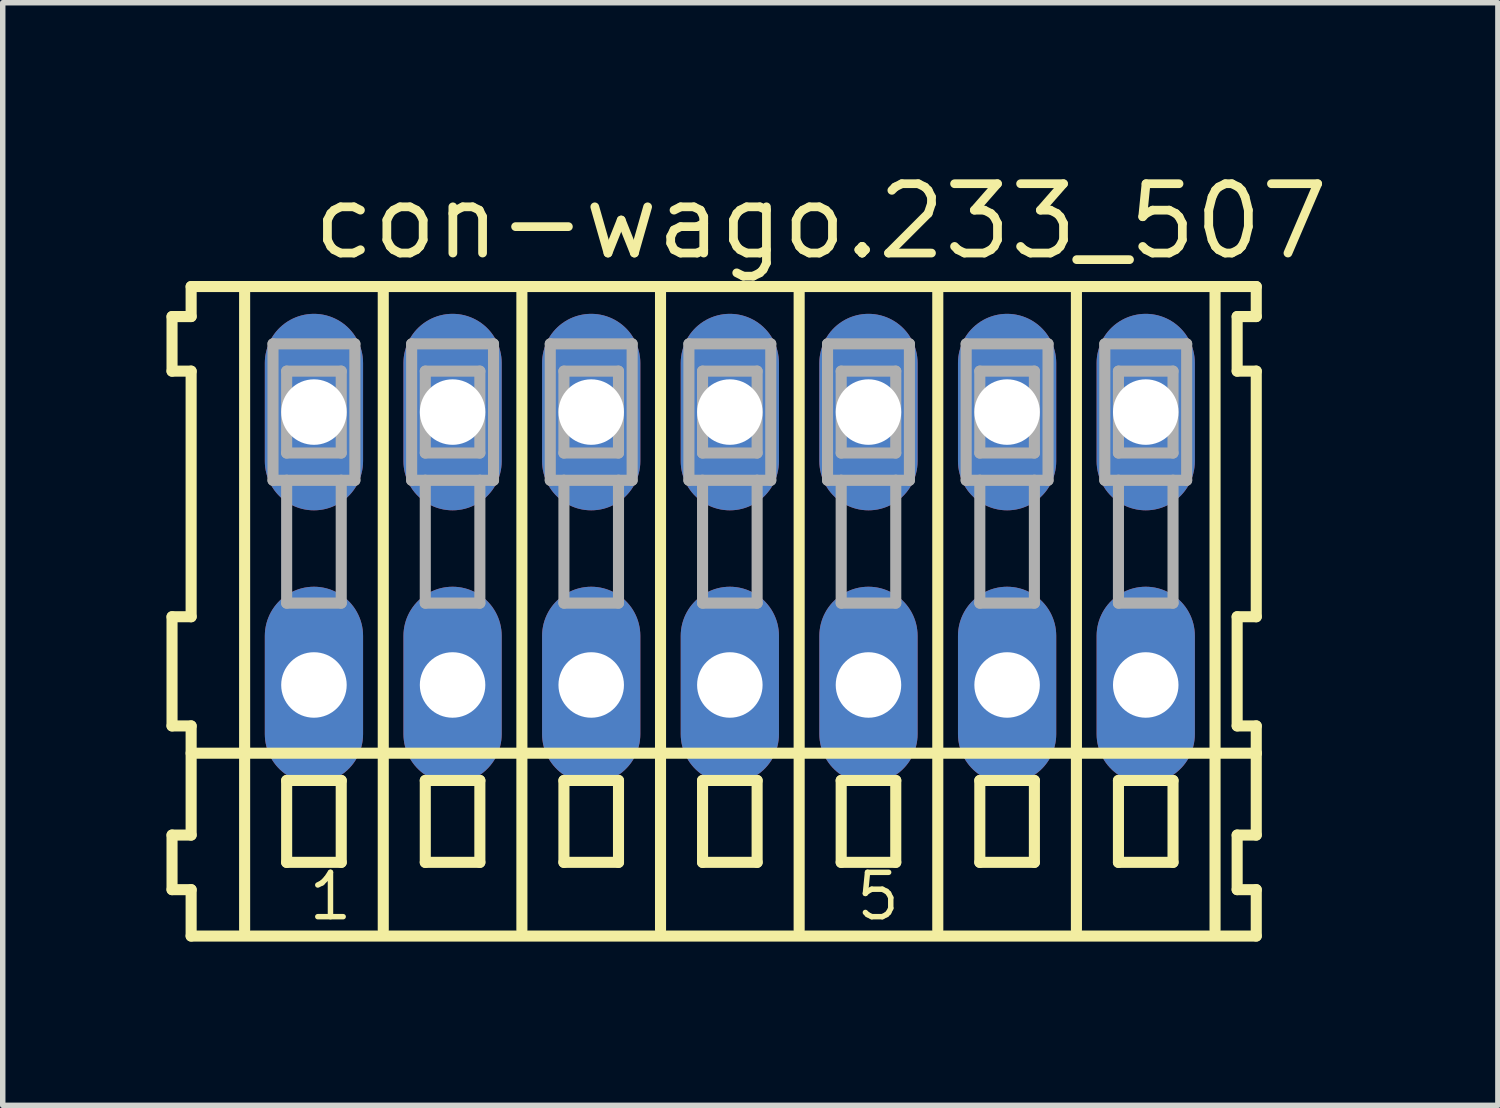
<source format=kicad_pcb>
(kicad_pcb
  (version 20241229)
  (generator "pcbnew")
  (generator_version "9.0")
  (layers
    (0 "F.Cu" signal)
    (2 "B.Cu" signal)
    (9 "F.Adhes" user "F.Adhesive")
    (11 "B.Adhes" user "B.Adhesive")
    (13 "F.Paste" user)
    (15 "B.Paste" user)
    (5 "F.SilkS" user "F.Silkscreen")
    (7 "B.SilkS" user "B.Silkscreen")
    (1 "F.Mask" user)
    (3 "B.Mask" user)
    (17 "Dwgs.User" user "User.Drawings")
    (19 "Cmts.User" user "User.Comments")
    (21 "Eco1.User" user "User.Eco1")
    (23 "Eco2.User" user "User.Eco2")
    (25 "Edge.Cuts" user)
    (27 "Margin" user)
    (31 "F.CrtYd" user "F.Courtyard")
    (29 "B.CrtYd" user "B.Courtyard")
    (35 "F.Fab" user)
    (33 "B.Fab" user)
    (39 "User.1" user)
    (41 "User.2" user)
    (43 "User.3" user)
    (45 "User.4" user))
  (footprint "con-wago.233_507"
    (layer "F.Cu")
    (at 10.322 7)
    (property "Reference" "con-wago.233_507" (at -7.72 -5.25 0) (layer "F.SilkS") (effects (font (size 1.27 1.27) (thickness 0.16)) (justify left bottom)))
    (attr through_hole)
    (fp_line (start -10.22 -4.25) (end -10.22 -3.25) (stroke (width 0.203) (type default)) (layer "F.SilkS"))
    (fp_line (start -10.22 -3.25) (end -9.87 -3.25) (stroke (width 0.203) (type default)) (layer "F.SilkS"))
    (fp_line (start -10.22 1.25) (end -10.22 3.25) (stroke (width 0.203) (type default)) (layer "F.SilkS"))
    (fp_line (start -10.22 3.25) (end -9.87 3.25) (stroke (width 0.203) (type default)) (layer "F.SilkS"))
    (fp_line (start -10.22 5.25) (end -10.22 6.25) (stroke (width 0.203) (type default)) (layer "F.SilkS"))
    (fp_line (start -10.22 6.25) (end -9.87 6.25) (stroke (width 0.203) (type default)) (layer "F.SilkS"))
    (fp_line (start -9.87 -4.8) (end -9.87 -4.25) (stroke (width 0.203) (type default)) (layer "F.SilkS"))
    (fp_line (start -9.87 -4.25) (end -10.22 -4.25) (stroke (width 0.203) (type default)) (layer "F.SilkS"))
    (fp_line (start -9.87 -3.25) (end -9.87 1.25) (stroke (width 0.203) (type default)) (layer "F.SilkS"))
    (fp_line (start -9.87 1.25) (end -10.22 1.25) (stroke (width 0.203) (type default)) (layer "F.SilkS"))
    (fp_line (start -9.87 3.25) (end -9.87 5.25) (stroke (width 0.203) (type default)) (layer "F.SilkS"))
    (fp_line (start -9.87 3.75) (end 9.645 3.75) (stroke (width 0.203) (type default)) (layer "F.SilkS"))
    (fp_line (start -9.87 5.25) (end -10.22 5.25) (stroke (width 0.203) (type default)) (layer "F.SilkS"))
    (fp_line (start -9.87 6.25) (end -9.87 7.1) (stroke (width 0.203) (type default)) (layer "F.SilkS"))
    (fp_line (start -9.87 7.1) (end 9.645 7.1) (stroke (width 0.203) (type default)) (layer "F.SilkS"))
    (fp_line (start -8.89 6.985) (end -8.89 -4.699) (stroke (width 0.203) (type default)) (layer "F.SilkS"))
    (fp_line (start -8.12 4.25) (end -8.12 5.75) (stroke (width 0.203) (type default)) (layer "F.SilkS"))
    (fp_line (start -8.12 5.75) (end -7.12 5.75) (stroke (width 0.203) (type default)) (layer "F.SilkS"))
    (fp_line (start -7.12 4.25) (end -8.12 4.25) (stroke (width 0.203) (type default)) (layer "F.SilkS"))
    (fp_line (start -7.12 5.75) (end -7.12 4.25) (stroke (width 0.203) (type default)) (layer "F.SilkS"))
    (fp_line (start -6.35 6.985) (end -6.35 -4.699) (stroke (width 0.203) (type default)) (layer "F.SilkS"))
    (fp_line (start -5.58 4.25) (end -5.58 5.75) (stroke (width 0.203) (type default)) (layer "F.SilkS"))
    (fp_line (start -5.58 5.75) (end -4.58 5.75) (stroke (width 0.203) (type default)) (layer "F.SilkS"))
    (fp_line (start -4.58 4.25) (end -5.58 4.25) (stroke (width 0.203) (type default)) (layer "F.SilkS"))
    (fp_line (start -4.58 5.75) (end -4.58 4.25) (stroke (width 0.203) (type default)) (layer "F.SilkS"))
    (fp_line (start -3.81 6.985) (end -3.81 -4.699) (stroke (width 0.203) (type default)) (layer "F.SilkS"))
    (fp_line (start -3.04 4.25) (end -3.04 5.75) (stroke (width 0.203) (type default)) (layer "F.SilkS"))
    (fp_line (start -3.04 5.75) (end -2.04 5.75) (stroke (width 0.203) (type default)) (layer "F.SilkS"))
    (fp_line (start -2.04 4.25) (end -3.04 4.25) (stroke (width 0.203) (type default)) (layer "F.SilkS"))
    (fp_line (start -2.04 5.75) (end -2.04 4.25) (stroke (width 0.203) (type default)) (layer "F.SilkS"))
    (fp_line (start -1.27 6.985) (end -1.27 -4.699) (stroke (width 0.203) (type default)) (layer "F.SilkS"))
    (fp_line (start -0.5 4.25) (end -0.5 5.75) (stroke (width 0.203) (type default)) (layer "F.SilkS"))
    (fp_line (start -0.5 5.75) (end 0.5 5.75) (stroke (width 0.203) (type default)) (layer "F.SilkS"))
    (fp_line (start 0.5 4.25) (end -0.5 4.25) (stroke (width 0.203) (type default)) (layer "F.SilkS"))
    (fp_line (start 0.5 5.75) (end 0.5 4.25) (stroke (width 0.203) (type default)) (layer "F.SilkS"))
    (fp_line (start 1.27 6.985) (end 1.27 -4.699) (stroke (width 0.203) (type default)) (layer "F.SilkS"))
    (fp_line (start 2.04 4.25) (end 2.04 5.75) (stroke (width 0.203) (type default)) (layer "F.SilkS"))
    (fp_line (start 2.04 5.75) (end 3.04 5.75) (stroke (width 0.203) (type default)) (layer "F.SilkS"))
    (fp_line (start 3.04 4.25) (end 2.04 4.25) (stroke (width 0.203) (type default)) (layer "F.SilkS"))
    (fp_line (start 3.04 5.75) (end 3.04 4.25) (stroke (width 0.203) (type default)) (layer "F.SilkS"))
    (fp_line (start 3.81 6.985) (end 3.81 -4.699) (stroke (width 0.203) (type default)) (layer "F.SilkS"))
    (fp_line (start 4.58 4.25) (end 4.58 5.75) (stroke (width 0.203) (type default)) (layer "F.SilkS"))
    (fp_line (start 4.58 5.75) (end 5.58 5.75) (stroke (width 0.203) (type default)) (layer "F.SilkS"))
    (fp_line (start 5.58 4.25) (end 4.58 4.25) (stroke (width 0.203) (type default)) (layer "F.SilkS"))
    (fp_line (start 5.58 5.75) (end 5.58 4.25) (stroke (width 0.203) (type default)) (layer "F.SilkS"))
    (fp_line (start 6.35 6.985) (end 6.35 -4.699) (stroke (width 0.203) (type default)) (layer "F.SilkS"))
    (fp_line (start 7.12 4.25) (end 7.12 5.75) (stroke (width 0.203) (type default)) (layer "F.SilkS"))
    (fp_line (start 7.12 5.75) (end 8.12 5.75) (stroke (width 0.203) (type default)) (layer "F.SilkS"))
    (fp_line (start 8.12 4.25) (end 7.12 4.25) (stroke (width 0.203) (type default)) (layer "F.SilkS"))
    (fp_line (start 8.12 5.75) (end 8.12 4.25) (stroke (width 0.203) (type default)) (layer "F.SilkS"))
    (fp_line (start 8.89 6.985) (end 8.89 -4.699) (stroke (width 0.203) (type default)) (layer "F.SilkS"))
    (fp_line (start 9.295 -4.25) (end 9.295 -3.25) (stroke (width 0.203) (type default)) (layer "F.SilkS"))
    (fp_line (start 9.295 -3.25) (end 9.645 -3.25) (stroke (width 0.203) (type default)) (layer "F.SilkS"))
    (fp_line (start 9.295 1.25) (end 9.295 3.25) (stroke (width 0.203) (type default)) (layer "F.SilkS"))
    (fp_line (start 9.295 3.25) (end 9.645 3.25) (stroke (width 0.203) (type default)) (layer "F.SilkS"))
    (fp_line (start 9.295 5.25) (end 9.295 6.25) (stroke (width 0.203) (type default)) (layer "F.SilkS"))
    (fp_line (start 9.295 6.25) (end 9.645 6.25) (stroke (width 0.203) (type default)) (layer "F.SilkS"))
    (fp_line (start 9.645 -4.8) (end -9.87 -4.8) (stroke (width 0.203) (type default)) (layer "F.SilkS"))
    (fp_line (start 9.645 -4.25) (end 9.295 -4.25) (stroke (width 0.203) (type default)) (layer "F.SilkS"))
    (fp_line (start 9.645 -4.25) (end 9.645 -4.8) (stroke (width 0.203) (type default)) (layer "F.SilkS"))
    (fp_line (start 9.645 1.25) (end 9.295 1.25) (stroke (width 0.203) (type default)) (layer "F.SilkS"))
    (fp_line (start 9.645 1.25) (end 9.645 -3.25) (stroke (width 0.203) (type default)) (layer "F.SilkS"))
    (fp_line (start 9.645 3.75) (end 9.645 3.25) (stroke (width 0.203) (type default)) (layer "F.SilkS"))
    (fp_line (start 9.645 5.25) (end 9.295 5.25) (stroke (width 0.203) (type default)) (layer "F.SilkS"))
    (fp_line (start 9.645 5.25) (end 9.645 3.75) (stroke (width 0.203) (type default)) (layer "F.SilkS"))
    (fp_line (start 9.645 7.1) (end 9.645 6.25) (stroke (width 0.203) (type default)) (layer "F.SilkS"))
    (fp_line (start -8.37 -3.75) (end -8.37 -1.25) (stroke (width 0.203) (type default)) (layer "F.Fab"))
    (fp_line (start -8.37 -1.25) (end -8.12 -1.25) (stroke (width 0.203) (type default)) (layer "F.Fab"))
    (fp_line (start -8.12 -3.25) (end -8.12 -1.75) (stroke (width 0.203) (type default)) (layer "F.Fab"))
    (fp_line (start -8.12 -1.75) (end -7.12 -1.75) (stroke (width 0.203) (type default)) (layer "F.Fab"))
    (fp_line (start -8.12 -1.25) (end -8.12 1) (stroke (width 0.203) (type default)) (layer "F.Fab"))
    (fp_line (start -8.12 -1.25) (end -7.12 -1.25) (stroke (width 0.203) (type default)) (layer "F.Fab"))
    (fp_line (start -8.12 1) (end -7.12 1) (stroke (width 0.203) (type default)) (layer "F.Fab"))
    (fp_line (start -7.12 -3.25) (end -8.12 -3.25) (stroke (width 0.203) (type default)) (layer "F.Fab"))
    (fp_line (start -7.12 -1.75) (end -7.12 -3.25) (stroke (width 0.203) (type default)) (layer "F.Fab"))
    (fp_line (start -7.12 -1.25) (end -6.87 -1.25) (stroke (width 0.203) (type default)) (layer "F.Fab"))
    (fp_line (start -7.12 1) (end -7.12 -1.25) (stroke (width 0.203) (type default)) (layer "F.Fab"))
    (fp_line (start -6.87 -3.75) (end -8.37 -3.75) (stroke (width 0.203) (type default)) (layer "F.Fab"))
    (fp_line (start -6.87 -1.25) (end -6.87 -3.75) (stroke (width 0.203) (type default)) (layer "F.Fab"))
    (fp_line (start -5.83 -3.75) (end -5.83 -1.25) (stroke (width 0.203) (type default)) (layer "F.Fab"))
    (fp_line (start -5.83 -1.25) (end -5.58 -1.25) (stroke (width 0.203) (type default)) (layer "F.Fab"))
    (fp_line (start -5.58 -3.25) (end -5.58 -1.75) (stroke (width 0.203) (type default)) (layer "F.Fab"))
    (fp_line (start -5.58 -1.75) (end -4.58 -1.75) (stroke (width 0.203) (type default)) (layer "F.Fab"))
    (fp_line (start -5.58 -1.25) (end -5.58 1) (stroke (width 0.203) (type default)) (layer "F.Fab"))
    (fp_line (start -5.58 -1.25) (end -4.58 -1.25) (stroke (width 0.203) (type default)) (layer "F.Fab"))
    (fp_line (start -5.58 1) (end -4.58 1) (stroke (width 0.203) (type default)) (layer "F.Fab"))
    (fp_line (start -4.58 -3.25) (end -5.58 -3.25) (stroke (width 0.203) (type default)) (layer "F.Fab"))
    (fp_line (start -4.58 -1.75) (end -4.58 -3.25) (stroke (width 0.203) (type default)) (layer "F.Fab"))
    (fp_line (start -4.58 -1.25) (end -4.33 -1.25) (stroke (width 0.203) (type default)) (layer "F.Fab"))
    (fp_line (start -4.58 1) (end -4.58 -1.25) (stroke (width 0.203) (type default)) (layer "F.Fab"))
    (fp_line (start -4.33 -3.75) (end -5.83 -3.75) (stroke (width 0.203) (type default)) (layer "F.Fab"))
    (fp_line (start -4.33 -1.25) (end -4.33 -3.75) (stroke (width 0.203) (type default)) (layer "F.Fab"))
    (fp_line (start -3.29 -3.75) (end -3.29 -1.25) (stroke (width 0.203) (type default)) (layer "F.Fab"))
    (fp_line (start -3.29 -1.25) (end -3.04 -1.25) (stroke (width 0.203) (type default)) (layer "F.Fab"))
    (fp_line (start -3.04 -3.25) (end -3.04 -1.75) (stroke (width 0.203) (type default)) (layer "F.Fab"))
    (fp_line (start -3.04 -1.75) (end -2.04 -1.75) (stroke (width 0.203) (type default)) (layer "F.Fab"))
    (fp_line (start -3.04 -1.25) (end -3.04 1) (stroke (width 0.203) (type default)) (layer "F.Fab"))
    (fp_line (start -3.04 -1.25) (end -2.04 -1.25) (stroke (width 0.203) (type default)) (layer "F.Fab"))
    (fp_line (start -3.04 1) (end -2.04 1) (stroke (width 0.203) (type default)) (layer "F.Fab"))
    (fp_line (start -2.04 -3.25) (end -3.04 -3.25) (stroke (width 0.203) (type default)) (layer "F.Fab"))
    (fp_line (start -2.04 -1.75) (end -2.04 -3.25) (stroke (width 0.203) (type default)) (layer "F.Fab"))
    (fp_line (start -2.04 -1.25) (end -1.79 -1.25) (stroke (width 0.203) (type default)) (layer "F.Fab"))
    (fp_line (start -2.04 1) (end -2.04 -1.25) (stroke (width 0.203) (type default)) (layer "F.Fab"))
    (fp_line (start -1.79 -3.75) (end -3.29 -3.75) (stroke (width 0.203) (type default)) (layer "F.Fab"))
    (fp_line (start -1.79 -1.25) (end -1.79 -3.75) (stroke (width 0.203) (type default)) (layer "F.Fab"))
    (fp_line (start -0.75 -3.75) (end -0.75 -1.25) (stroke (width 0.203) (type default)) (layer "F.Fab"))
    (fp_line (start -0.75 -1.25) (end -0.5 -1.25) (stroke (width 0.203) (type default)) (layer "F.Fab"))
    (fp_line (start -0.5 -3.25) (end -0.5 -1.75) (stroke (width 0.203) (type default)) (layer "F.Fab"))
    (fp_line (start -0.5 -1.75) (end 0.5 -1.75) (stroke (width 0.203) (type default)) (layer "F.Fab"))
    (fp_line (start -0.5 -1.25) (end -0.5 1) (stroke (width 0.203) (type default)) (layer "F.Fab"))
    (fp_line (start -0.5 -1.25) (end 0.5 -1.25) (stroke (width 0.203) (type default)) (layer "F.Fab"))
    (fp_line (start -0.5 1) (end 0.5 1) (stroke (width 0.203) (type default)) (layer "F.Fab"))
    (fp_line (start 0.5 -3.25) (end -0.5 -3.25) (stroke (width 0.203) (type default)) (layer "F.Fab"))
    (fp_line (start 0.5 -1.75) (end 0.5 -3.25) (stroke (width 0.203) (type default)) (layer "F.Fab"))
    (fp_line (start 0.5 -1.25) (end 0.75 -1.25) (stroke (width 0.203) (type default)) (layer "F.Fab"))
    (fp_line (start 0.5 1) (end 0.5 -1.25) (stroke (width 0.203) (type default)) (layer "F.Fab"))
    (fp_line (start 0.75 -3.75) (end -0.75 -3.75) (stroke (width 0.203) (type default)) (layer "F.Fab"))
    (fp_line (start 0.75 -1.25) (end 0.75 -3.75) (stroke (width 0.203) (type default)) (layer "F.Fab"))
    (fp_line (start 1.79 -3.75) (end 1.79 -1.25) (stroke (width 0.203) (type default)) (layer "F.Fab"))
    (fp_line (start 1.79 -1.25) (end 2.04 -1.25) (stroke (width 0.203) (type default)) (layer "F.Fab"))
    (fp_line (start 2.04 -3.25) (end 2.04 -1.75) (stroke (width 0.203) (type default)) (layer "F.Fab"))
    (fp_line (start 2.04 -1.75) (end 3.04 -1.75) (stroke (width 0.203) (type default)) (layer "F.Fab"))
    (fp_line (start 2.04 -1.25) (end 2.04 1) (stroke (width 0.203) (type default)) (layer "F.Fab"))
    (fp_line (start 2.04 -1.25) (end 3.04 -1.25) (stroke (width 0.203) (type default)) (layer "F.Fab"))
    (fp_line (start 2.04 1) (end 3.04 1) (stroke (width 0.203) (type default)) (layer "F.Fab"))
    (fp_line (start 3.04 -3.25) (end 2.04 -3.25) (stroke (width 0.203) (type default)) (layer "F.Fab"))
    (fp_line (start 3.04 -1.75) (end 3.04 -3.25) (stroke (width 0.203) (type default)) (layer "F.Fab"))
    (fp_line (start 3.04 -1.25) (end 3.29 -1.25) (stroke (width 0.203) (type default)) (layer "F.Fab"))
    (fp_line (start 3.04 1) (end 3.04 -1.25) (stroke (width 0.203) (type default)) (layer "F.Fab"))
    (fp_line (start 3.29 -3.75) (end 1.79 -3.75) (stroke (width 0.203) (type default)) (layer "F.Fab"))
    (fp_line (start 3.29 -1.25) (end 3.29 -3.75) (stroke (width 0.203) (type default)) (layer "F.Fab"))
    (fp_line (start 4.33 -3.75) (end 4.33 -1.25) (stroke (width 0.203) (type default)) (layer "F.Fab"))
    (fp_line (start 4.33 -1.25) (end 4.58 -1.25) (stroke (width 0.203) (type default)) (layer "F.Fab"))
    (fp_line (start 4.58 -3.25) (end 4.58 -1.75) (stroke (width 0.203) (type default)) (layer "F.Fab"))
    (fp_line (start 4.58 -1.75) (end 5.58 -1.75) (stroke (width 0.203) (type default)) (layer "F.Fab"))
    (fp_line (start 4.58 -1.25) (end 4.58 1) (stroke (width 0.203) (type default)) (layer "F.Fab"))
    (fp_line (start 4.58 -1.25) (end 5.58 -1.25) (stroke (width 0.203) (type default)) (layer "F.Fab"))
    (fp_line (start 4.58 1) (end 5.58 1) (stroke (width 0.203) (type default)) (layer "F.Fab"))
    (fp_line (start 5.58 -3.25) (end 4.58 -3.25) (stroke (width 0.203) (type default)) (layer "F.Fab"))
    (fp_line (start 5.58 -1.75) (end 5.58 -3.25) (stroke (width 0.203) (type default)) (layer "F.Fab"))
    (fp_line (start 5.58 -1.25) (end 5.83 -1.25) (stroke (width 0.203) (type default)) (layer "F.Fab"))
    (fp_line (start 5.58 1) (end 5.58 -1.25) (stroke (width 0.203) (type default)) (layer "F.Fab"))
    (fp_line (start 5.83 -3.75) (end 4.33 -3.75) (stroke (width 0.203) (type default)) (layer "F.Fab"))
    (fp_line (start 5.83 -1.25) (end 5.83 -3.75) (stroke (width 0.203) (type default)) (layer "F.Fab"))
    (fp_line (start 6.87 -3.75) (end 6.87 -1.25) (stroke (width 0.203) (type default)) (layer "F.Fab"))
    (fp_line (start 6.87 -1.25) (end 7.12 -1.25) (stroke (width 0.203) (type default)) (layer "F.Fab"))
    (fp_line (start 7.12 -3.25) (end 7.12 -1.75) (stroke (width 0.203) (type default)) (layer "F.Fab"))
    (fp_line (start 7.12 -1.75) (end 8.12 -1.75) (stroke (width 0.203) (type default)) (layer "F.Fab"))
    (fp_line (start 7.12 -1.25) (end 7.12 1) (stroke (width 0.203) (type default)) (layer "F.Fab"))
    (fp_line (start 7.12 -1.25) (end 8.12 -1.25) (stroke (width 0.203) (type default)) (layer "F.Fab"))
    (fp_line (start 7.12 1) (end 8.12 1) (stroke (width 0.203) (type default)) (layer "F.Fab"))
    (fp_line (start 8.12 -3.25) (end 7.12 -3.25) (stroke (width 0.203) (type default)) (layer "F.Fab"))
    (fp_line (start 8.12 -1.75) (end 8.12 -3.25) (stroke (width 0.203) (type default)) (layer "F.Fab"))
    (fp_line (start 8.12 -1.25) (end 8.37 -1.25) (stroke (width 0.203) (type default)) (layer "F.Fab"))
    (fp_line (start 8.12 1) (end 8.12 -1.25) (stroke (width 0.203) (type default)) (layer "F.Fab"))
    (fp_line (start 8.37 -3.75) (end 6.87 -3.75) (stroke (width 0.203) (type default)) (layer "F.Fab"))
    (fp_line (start 8.37 -1.25) (end 8.37 -3.75) (stroke (width 0.203) (type default)) (layer "F.Fab"))
    (fp_text user "1" (at -7.77 6.85 0) (layer "F.SilkS") (effects (font (size 0.813 0.813) (thickness 0.1)) (justify left bottom)))
    (fp_text user "5" (at 2.263 6.85 0) (layer "F.SilkS") (effects (font (size 0.813 0.813) (thickness 0.1)) (justify left bottom)))
    (pad "A1" thru_hole oval (at -7.62 -2.5 90) (size 3.6 1.8) (drill 1.2) (layers "*.Cu" "*.Mask"))
    (pad "A2" thru_hole oval (at -5.08 -2.5 90) (size 3.6 1.8) (drill 1.2) (layers "*.Cu" "*.Mask"))
    (pad "A3" thru_hole oval (at -2.54 -2.5 90) (size 3.6 1.8) (drill 1.2) (layers "*.Cu" "*.Mask"))
    (pad "A4" thru_hole oval (at 0 -2.5 90) (size 3.6 1.8) (drill 1.2) (layers "*.Cu" "*.Mask"))
    (pad "A5" thru_hole oval (at 2.54 -2.5 90) (size 3.6 1.8) (drill 1.2) (layers "*.Cu" "*.Mask"))
    (pad "A6" thru_hole oval (at 5.08 -2.5 90) (size 3.6 1.8) (drill 1.2) (layers "*.Cu" "*.Mask"))
    (pad "A7" thru_hole oval (at 7.62 -2.5 90) (size 3.6 1.8) (drill 1.2) (layers "*.Cu" "*.Mask"))
    (pad "B1" thru_hole oval (at -7.62 2.5 90) (size 3.6 1.8) (drill 1.2) (layers "*.Cu" "*.Mask"))
    (pad "B2" thru_hole oval (at -5.08 2.5 90) (size 3.6 1.8) (drill 1.2) (layers "*.Cu" "*.Mask"))
    (pad "B3" thru_hole oval (at -2.54 2.5 90) (size 3.6 1.8) (drill 1.2) (layers "*.Cu" "*.Mask"))
    (pad "B4" thru_hole oval (at 0 2.5 90) (size 3.6 1.8) (drill 1.2) (layers "*.Cu" "*.Mask"))
    (pad "B5" thru_hole oval (at 2.54 2.5 90) (size 3.6 1.8) (drill 1.2) (layers "*.Cu" "*.Mask"))
    (pad "B6" thru_hole oval (at 5.08 2.5 90) (size 3.6 1.8) (drill 1.2) (layers "*.Cu" "*.Mask"))
    (pad "B7" thru_hole oval (at 7.62 2.5 90) (size 3.6 1.8) (drill 1.2) (layers "*.Cu" "*.Mask")))
  (gr_rect
    (start -3 -3)
    (end 24.394 17.202)
    (stroke (width 0.1) (type default))
    (fill no)
    (layer "Edge.Cuts")))
</source>
